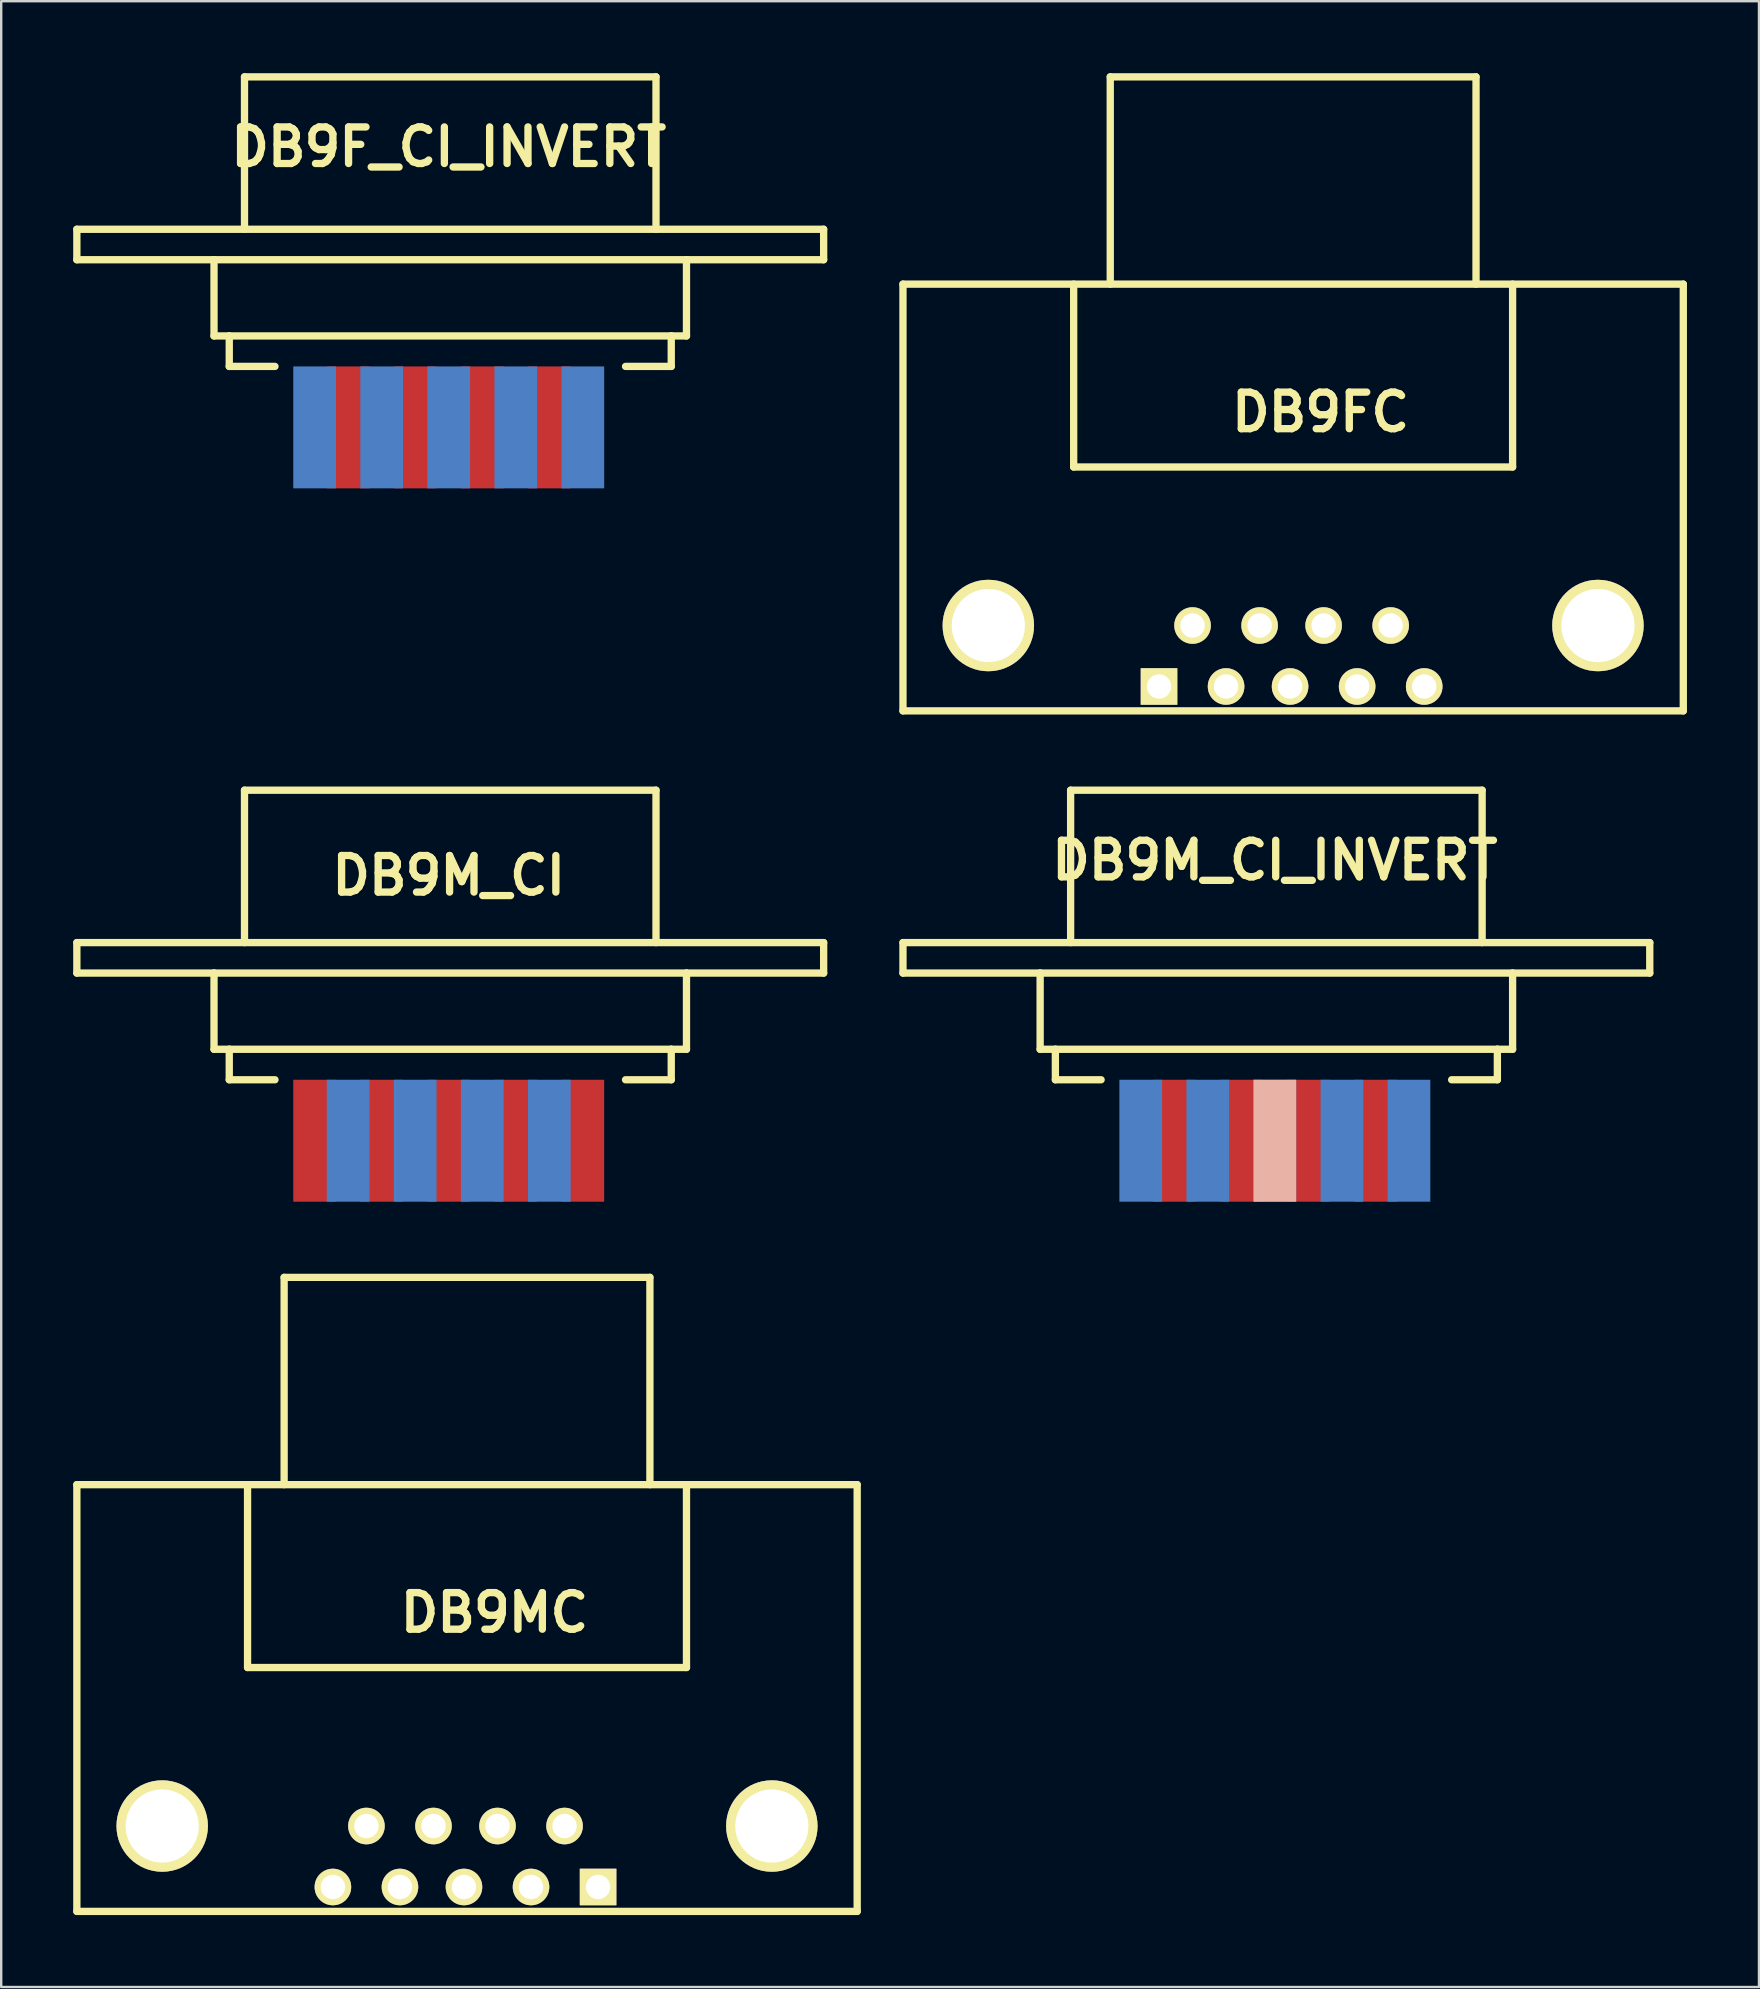
<source format=kicad_pcb>
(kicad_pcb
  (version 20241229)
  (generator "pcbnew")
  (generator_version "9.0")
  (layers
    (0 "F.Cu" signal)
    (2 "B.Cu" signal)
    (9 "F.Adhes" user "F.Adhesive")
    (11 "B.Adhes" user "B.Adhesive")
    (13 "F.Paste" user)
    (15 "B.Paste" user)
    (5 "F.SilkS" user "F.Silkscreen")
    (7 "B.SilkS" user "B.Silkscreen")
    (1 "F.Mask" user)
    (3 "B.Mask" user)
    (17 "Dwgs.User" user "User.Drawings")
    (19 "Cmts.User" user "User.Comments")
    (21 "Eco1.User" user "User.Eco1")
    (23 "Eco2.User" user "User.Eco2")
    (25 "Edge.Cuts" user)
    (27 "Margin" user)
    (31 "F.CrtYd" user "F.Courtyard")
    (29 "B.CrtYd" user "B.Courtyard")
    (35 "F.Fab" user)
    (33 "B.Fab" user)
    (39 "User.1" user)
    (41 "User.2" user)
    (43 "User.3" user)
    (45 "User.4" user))
  (footprint "DB9M_CI"
    (layer "F.Cu")
    (at 15.646 41.811)
    (property "Reference" "DB9M_CI" (at 0 -8.382 0) (layer "F.SilkS") (effects (font (size 1.524 1.524) (thickness 0.305))))
    (attr through_hole)
    (fp_line (start -15.494 -5.588) (end 15.621 -5.588) (stroke (width 0.305) (type solid)) (layer "F.SilkS"))
    (fp_line (start -15.494 -4.318) (end -15.494 -5.588) (stroke (width 0.305) (type solid)) (layer "F.SilkS"))
    (fp_line (start -9.779 -4.318) (end -15.494 -4.318) (stroke (width 0.305) (type solid)) (layer "F.SilkS"))
    (fp_line (start -9.779 -1.143) (end -9.779 -4.318) (stroke (width 0.305) (type solid)) (layer "F.SilkS"))
    (fp_line (start -9.144 -1.143) (end -9.779 -1.143) (stroke (width 0.305) (type solid)) (layer "F.SilkS"))
    (fp_line (start -9.144 0.127) (end -9.144 -1.143) (stroke (width 0.305) (type solid)) (layer "F.SilkS"))
    (fp_line (start -8.509 -11.938) (end 8.636 -11.938) (stroke (width 0.305) (type solid)) (layer "F.SilkS"))
    (fp_line (start -8.509 -5.588) (end -8.509 -11.938) (stroke (width 0.305) (type solid)) (layer "F.SilkS"))
    (fp_line (start -7.239 0.127) (end -9.144 0.127) (stroke (width 0.305) (type solid)) (layer "F.SilkS"))
    (fp_line (start 7.366 0.127) (end 9.271 0.127) (stroke (width 0.305) (type solid)) (layer "F.SilkS"))
    (fp_line (start 8.636 -5.588) (end 8.636 -11.938) (stroke (width 0.305) (type solid)) (layer "F.SilkS"))
    (fp_line (start 9.271 -1.143) (end -9.144 -1.143) (stroke (width 0.305) (type solid)) (layer "F.SilkS"))
    (fp_line (start 9.271 0.127) (end 9.271 -1.143) (stroke (width 0.305) (type solid)) (layer "F.SilkS"))
    (fp_line (start 9.906 -4.318) (end -9.779 -4.318) (stroke (width 0.305) (type solid)) (layer "F.SilkS"))
    (fp_line (start 9.906 -1.143) (end 9.271 -1.143) (stroke (width 0.305) (type solid)) (layer "F.SilkS"))
    (fp_line (start 9.906 -1.143) (end 9.906 -4.318) (stroke (width 0.305) (type solid)) (layer "F.SilkS"))
    (fp_line (start 15.621 -4.318) (end 9.906 -4.318) (stroke (width 0.305) (type solid)) (layer "F.SilkS"))
    (fp_line (start 15.621 -4.318) (end 15.621 -5.588) (stroke (width 0.305) (type solid)) (layer "F.SilkS"))
    (pad "1" connect rect (at 5.588 2.667) (size 1.778 5.08) (layers "F.Cu" "F.Mask"))
    (pad "2" connect rect (at 2.794 2.667) (size 1.778 5.08) (layers "F.Cu" "F.Mask"))
    (pad "3" connect rect (at 0 2.667) (size 1.778 5.08) (layers "F.Cu" "F.Mask"))
    (pad "4" connect rect (at -2.794 2.667) (size 1.778 5.08) (layers "F.Cu" "F.Mask"))
    (pad "5" connect rect (at -5.588 2.667) (size 1.778 5.08) (layers "F.Cu" "F.Mask"))
    (pad "6" connect rect (at 4.191 2.667) (size 1.778 5.08) (layers "B.Cu" "B.Mask"))
    (pad "7" connect rect (at 1.397 2.667) (size 1.778 5.08) (layers "B.Cu" "B.Mask"))
    (pad "8" connect rect (at -1.397 2.667) (size 1.778 5.08) (layers "B.Cu" "B.Mask"))
    (pad "9" connect rect (at -4.191 2.667) (size 1.778 5.08) (layers "B.Cu" "B.Mask")))
  (footprint "DB9F_CI_INVERT"
    (layer "F.Cu")
    (at 15.646 12.217)
    (property "Reference" "DB9F_CI_INVERT" (at 0 -9.144 0) (layer "F.SilkS") (effects (font (size 1.524 1.524) (thickness 0.305))))
    (attr through_hole)
    (fp_line (start -15.494 -5.715) (end 15.621 -5.715) (stroke (width 0.305) (type solid)) (layer "F.SilkS"))
    (fp_line (start -15.494 -4.445) (end -15.494 -5.715) (stroke (width 0.305) (type solid)) (layer "F.SilkS"))
    (fp_line (start -9.779 -4.445) (end -15.494 -4.445) (stroke (width 0.305) (type solid)) (layer "F.SilkS"))
    (fp_line (start -9.779 -1.27) (end -9.779 -4.445) (stroke (width 0.305) (type solid)) (layer "F.SilkS"))
    (fp_line (start -9.144 -1.27) (end -9.779 -1.27) (stroke (width 0.305) (type solid)) (layer "F.SilkS"))
    (fp_line (start -9.144 0) (end -9.144 -1.27) (stroke (width 0.305) (type solid)) (layer "F.SilkS"))
    (fp_line (start -8.509 -12.065) (end 8.636 -12.065) (stroke (width 0.305) (type solid)) (layer "F.SilkS"))
    (fp_line (start -8.509 -5.715) (end -8.509 -12.065) (stroke (width 0.305) (type solid)) (layer "F.SilkS"))
    (fp_line (start -7.239 0) (end -9.144 0) (stroke (width 0.305) (type solid)) (layer "F.SilkS"))
    (fp_line (start 7.366 0) (end 9.271 0) (stroke (width 0.305) (type solid)) (layer "F.SilkS"))
    (fp_line (start 8.636 -5.715) (end 8.636 -12.065) (stroke (width 0.305) (type solid)) (layer "F.SilkS"))
    (fp_line (start 9.271 -1.27) (end -9.144 -1.27) (stroke (width 0.305) (type solid)) (layer "F.SilkS"))
    (fp_line (start 9.271 0) (end 9.271 -1.27) (stroke (width 0.305) (type solid)) (layer "F.SilkS"))
    (fp_line (start 9.906 -4.445) (end -9.779 -4.445) (stroke (width 0.305) (type solid)) (layer "F.SilkS"))
    (fp_line (start 9.906 -1.27) (end 9.271 -1.27) (stroke (width 0.305) (type solid)) (layer "F.SilkS"))
    (fp_line (start 9.906 -1.27) (end 9.906 -4.445) (stroke (width 0.305) (type solid)) (layer "F.SilkS"))
    (fp_line (start 15.621 -4.445) (end 9.906 -4.445) (stroke (width 0.305) (type solid)) (layer "F.SilkS"))
    (fp_line (start 15.621 -4.445) (end 15.621 -5.715) (stroke (width 0.305) (type solid)) (layer "F.SilkS"))
    (pad "1" connect rect (at 5.588 2.54) (size 1.778 5.08) (layers "B.Cu" "B.Mask"))
    (pad "2" connect rect (at 2.794 2.54) (size 1.778 5.08) (layers "B.Cu" "B.Mask"))
    (pad "3" connect rect (at 0 2.54) (size 1.778 5.08) (layers "B.Cu" "B.Mask"))
    (pad "4" connect rect (at -2.794 2.54) (size 1.778 5.08) (layers "B.Cu" "B.Mask"))
    (pad "5" connect rect (at -5.588 2.54) (size 1.778 5.08) (layers "B.Cu" "B.Mask"))
    (pad "6" connect rect (at 4.191 2.54) (size 1.778 5.08) (layers "F.Cu" "F.Mask"))
    (pad "7" connect rect (at 1.397 2.54) (size 1.778 5.08) (layers "F.Cu" "F.Mask"))
    (pad "8" connect rect (at -1.397 2.54) (size 1.778 5.08) (layers "F.Cu" "F.Mask"))
    (pad "9" connect rect (at -4.191 2.54) (size 1.778 5.08) (layers "F.Cu" "F.Mask")))
  (footprint "DB9MC"
    (layer "F.Cu")
    (at 16.281 74.301)
    (property "Reference" "DB9MC" (at 1.27 -10.16 0) (layer "F.SilkS") (effects (font (size 1.524 1.524) (thickness 0.305))))
    (attr through_hole)
    (fp_line (start -16.129 -15.494) (end -16.129 2.286) (stroke (width 0.305) (type solid)) (layer "F.SilkS"))
    (fp_line (start -16.129 2.286) (end 16.383 2.286) (stroke (width 0.305) (type solid)) (layer "F.SilkS"))
    (fp_line (start -9.017 -15.494) (end -9.017 -7.874) (stroke (width 0.305) (type solid)) (layer "F.SilkS"))
    (fp_line (start -9.017 -7.874) (end 9.271 -7.874) (stroke (width 0.305) (type solid)) (layer "F.SilkS"))
    (fp_line (start -7.493 -24.13) (end 7.747 -24.13) (stroke (width 0.305) (type solid)) (layer "F.SilkS"))
    (fp_line (start -7.493 -15.494) (end -7.493 -24.13) (stroke (width 0.305) (type solid)) (layer "F.SilkS"))
    (fp_line (start 7.747 -24.13) (end 7.747 -15.494) (stroke (width 0.305) (type solid)) (layer "F.SilkS"))
    (fp_line (start 9.271 -7.874) (end 9.271 -15.494) (stroke (width 0.305) (type solid)) (layer "F.SilkS"))
    (fp_line (start 16.383 -15.494) (end -16.129 -15.494) (stroke (width 0.305) (type solid)) (layer "F.SilkS"))
    (fp_line (start 16.383 2.286) (end 16.383 -15.494) (stroke (width 0.305) (type solid)) (layer "F.SilkS"))
    (pad "" thru_hole circle (at -12.573 -1.27) (size 3.81 3.81) (drill 3.048) (layers "*.Cu" "*.Mask" "F.SilkS"))
    (pad "" thru_hole circle (at 12.827 -1.27) (size 3.81 3.81) (drill 3.048) (layers "*.Cu" "*.Mask" "F.SilkS"))
    (pad "1" thru_hole rect (at 5.588 1.27) (size 1.524 1.524) (drill 1.016) (layers "*.Cu" "*.Mask" "F.SilkS"))
    (pad "2" thru_hole circle (at 2.794 1.27) (size 1.524 1.524) (drill 1.016) (layers "*.Cu" "*.Mask" "F.SilkS"))
    (pad "3" thru_hole circle (at 0 1.27) (size 1.524 1.524) (drill 1.016) (layers "*.Cu" "*.Mask" "F.SilkS"))
    (pad "4" thru_hole circle (at -2.667 1.27) (size 1.524 1.524) (drill 1.016) (layers "*.Cu" "*.Mask" "F.SilkS"))
    (pad "5" thru_hole circle (at -5.461 1.27) (size 1.524 1.524) (drill 1.016) (layers "*.Cu" "*.Mask" "F.SilkS"))
    (pad "6" thru_hole circle (at 4.191 -1.27) (size 1.524 1.524) (drill 1.016) (layers "*.Cu" "*.Mask" "F.SilkS"))
    (pad "7" thru_hole circle (at 1.397 -1.27) (size 1.524 1.524) (drill 1.016) (layers "*.Cu" "*.Mask" "F.SilkS"))
    (pad "8" thru_hole circle (at -1.27 -1.27) (size 1.524 1.524) (drill 1.016) (layers "*.Cu" "*.Mask" "F.SilkS"))
    (pad "9" thru_hole circle (at -4.064 -1.27) (size 1.524 1.524) (drill 1.016) (layers "*.Cu" "*.Mask" "F.SilkS")))
  (footprint "DB9M_CI_INVERT"
    (layer "F.Cu")
    (at 50.066 41.938)
    (property "Reference" "DB9M_CI_INVERT" (at 0 -9.144 0) (layer "F.SilkS") (effects (font (size 1.524 1.524) (thickness 0.305))))
    (attr through_hole)
    (fp_line (start -15.494 -5.715) (end 15.621 -5.715) (stroke (width 0.305) (type solid)) (layer "F.SilkS"))
    (fp_line (start -15.494 -4.445) (end -15.494 -5.715) (stroke (width 0.305) (type solid)) (layer "F.SilkS"))
    (fp_line (start -9.779 -4.445) (end -15.494 -4.445) (stroke (width 0.305) (type solid)) (layer "F.SilkS"))
    (fp_line (start -9.779 -1.27) (end -9.779 -4.445) (stroke (width 0.305) (type solid)) (layer "F.SilkS"))
    (fp_line (start -9.144 -1.27) (end -9.779 -1.27) (stroke (width 0.305) (type solid)) (layer "F.SilkS"))
    (fp_line (start -9.144 0) (end -9.144 -1.27) (stroke (width 0.305) (type solid)) (layer "F.SilkS"))
    (fp_line (start -8.509 -12.065) (end 8.636 -12.065) (stroke (width 0.305) (type solid)) (layer "F.SilkS"))
    (fp_line (start -8.509 -5.715) (end -8.509 -12.065) (stroke (width 0.305) (type solid)) (layer "F.SilkS"))
    (fp_line (start -7.239 0) (end -9.144 0) (stroke (width 0.305) (type solid)) (layer "F.SilkS"))
    (fp_line (start 7.366 0) (end 9.271 0) (stroke (width 0.305) (type solid)) (layer "F.SilkS"))
    (fp_line (start 8.636 -5.715) (end 8.636 -12.065) (stroke (width 0.305) (type solid)) (layer "F.SilkS"))
    (fp_line (start 9.271 -1.27) (end -9.144 -1.27) (stroke (width 0.305) (type solid)) (layer "F.SilkS"))
    (fp_line (start 9.271 0) (end 9.271 -1.27) (stroke (width 0.305) (type solid)) (layer "F.SilkS"))
    (fp_line (start 9.906 -4.445) (end -9.779 -4.445) (stroke (width 0.305) (type solid)) (layer "F.SilkS"))
    (fp_line (start 9.906 -1.27) (end 9.271 -1.27) (stroke (width 0.305) (type solid)) (layer "F.SilkS"))
    (fp_line (start 9.906 -1.27) (end 9.906 -4.445) (stroke (width 0.305) (type solid)) (layer "F.SilkS"))
    (fp_line (start 15.621 -4.445) (end 9.906 -4.445) (stroke (width 0.305) (type solid)) (layer "F.SilkS"))
    (fp_line (start 15.621 -4.445) (end 15.621 -5.715) (stroke (width 0.305) (type solid)) (layer "F.SilkS"))
    (pad "1" connect rect (at -5.588 2.54) (size 1.778 5.08) (layers "F.Mask" "B.Cu"))
    (pad "2" connect rect (at -2.794 2.54) (size 1.778 5.08) (layers "B.Cu" "B.Mask"))
    (pad "3" connect rect (at 0 2.54) (size 1.778 5.08) (layers "B.Cu" "B.SilkS"))
    (pad "4" connect rect (at 2.794 2.54) (size 1.778 5.08) (layers "B.Cu" "B.Mask"))
    (pad "5" connect rect (at 5.588 2.54) (size 1.778 5.08) (layers "B.Cu" "B.Mask"))
    (pad "6" connect rect (at -4.191 2.54) (size 1.778 5.08) (layers "F.Cu" "F.Mask"))
    (pad "7" connect rect (at -1.397 2.54) (size 1.778 5.08) (layers "F.Cu" "F.Mask"))
    (pad "8" connect rect (at 1.397 2.54) (size 1.778 5.08) (layers "F.Cu" "F.Mask"))
    (pad "9" connect rect (at 4.191 2.54) (size 1.778 5.08) (layers "F.Cu" "F.Mask")))
  (footprint "DB9FC"
    (layer "F.Cu")
    (at 50.701 24.282)
    (property "Reference" "DB9FC" (at 1.27 -10.16 0) (layer "F.SilkS") (effects (font (size 1.524 1.524) (thickness 0.305))))
    (attr through_hole)
    (fp_line (start -16.129 -15.494) (end -16.129 2.286) (stroke (width 0.305) (type solid)) (layer "F.SilkS"))
    (fp_line (start -16.129 2.286) (end 16.383 2.286) (stroke (width 0.305) (type solid)) (layer "F.SilkS"))
    (fp_line (start -9.017 -15.494) (end -9.017 -7.874) (stroke (width 0.305) (type solid)) (layer "F.SilkS"))
    (fp_line (start -9.017 -7.874) (end 9.271 -7.874) (stroke (width 0.305) (type solid)) (layer "F.SilkS"))
    (fp_line (start -7.493 -24.13) (end 7.747 -24.13) (stroke (width 0.305) (type solid)) (layer "F.SilkS"))
    (fp_line (start -7.493 -15.494) (end -7.493 -24.13) (stroke (width 0.305) (type solid)) (layer "F.SilkS"))
    (fp_line (start 7.747 -24.13) (end 7.747 -15.494) (stroke (width 0.305) (type solid)) (layer "F.SilkS"))
    (fp_line (start 9.271 -7.874) (end 9.271 -15.494) (stroke (width 0.305) (type solid)) (layer "F.SilkS"))
    (fp_line (start 16.383 -15.494) (end -16.129 -15.494) (stroke (width 0.305) (type solid)) (layer "F.SilkS"))
    (fp_line (start 16.383 2.286) (end 16.383 -15.494) (stroke (width 0.305) (type solid)) (layer "F.SilkS"))
    (pad "" thru_hole circle (at -12.573 -1.27) (size 3.81 3.81) (drill 3.048) (layers "*.Cu" "*.Mask" "F.SilkS"))
    (pad "" thru_hole circle (at 12.827 -1.27) (size 3.81 3.81) (drill 3.048) (layers "*.Cu" "*.Mask" "F.SilkS"))
    (pad "1" thru_hole rect (at -5.461 1.27) (size 1.524 1.524) (drill 1.016) (layers "*.Cu" "*.Mask" "F.SilkS"))
    (pad "2" thru_hole circle (at -2.667 1.27) (size 1.524 1.524) (drill 1.016) (layers "*.Cu" "*.Mask" "F.SilkS"))
    (pad "3" thru_hole circle (at 0 1.27) (size 1.524 1.524) (drill 1.016) (layers "*.Cu" "*.Mask" "F.SilkS"))
    (pad "4" thru_hole circle (at 2.794 1.27) (size 1.524 1.524) (drill 1.016) (layers "*.Cu" "*.Mask" "F.SilkS"))
    (pad "5" thru_hole circle (at 5.588 1.27) (size 1.524 1.524) (drill 1.016) (layers "*.Cu" "*.Mask" "F.SilkS"))
    (pad "6" thru_hole circle (at -4.064 -1.27) (size 1.524 1.524) (drill 1.016) (layers "*.Cu" "*.Mask" "F.SilkS"))
    (pad "7" thru_hole circle (at -1.27 -1.27) (size 1.524 1.524) (drill 1.016) (layers "*.Cu" "*.Mask" "F.SilkS"))
    (pad "8" thru_hole circle (at 1.397 -1.27) (size 1.524 1.524) (drill 1.016) (layers "*.Cu" "*.Mask" "F.SilkS"))
    (pad "9" thru_hole circle (at 4.191 -1.27) (size 1.524 1.524) (drill 1.016) (layers "*.Cu" "*.Mask" "F.SilkS")))
  (gr_rect
    (start -3 -3)
    (end 70.237 79.739)
    (stroke (width 0.1) (type default))
    (fill no)
    (layer "Edge.Cuts")))
</source>
